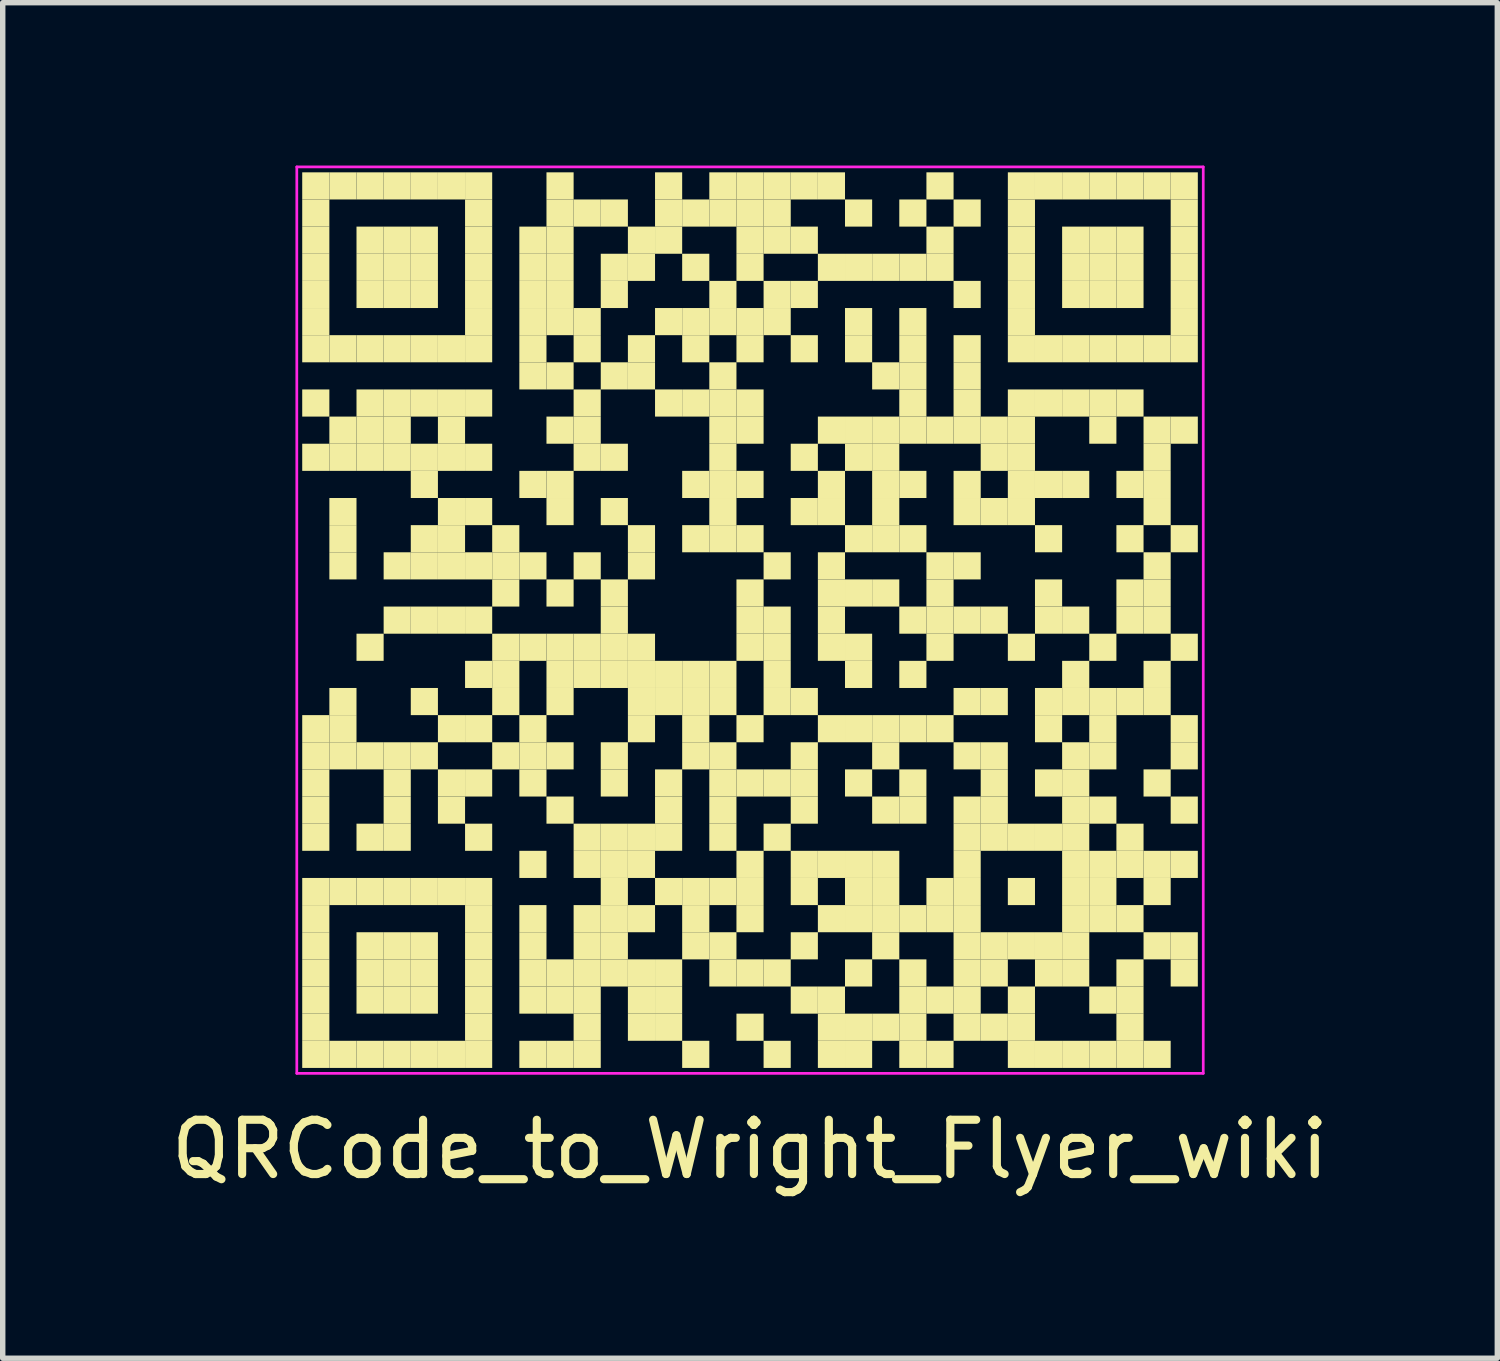
<source format=kicad_pcb>
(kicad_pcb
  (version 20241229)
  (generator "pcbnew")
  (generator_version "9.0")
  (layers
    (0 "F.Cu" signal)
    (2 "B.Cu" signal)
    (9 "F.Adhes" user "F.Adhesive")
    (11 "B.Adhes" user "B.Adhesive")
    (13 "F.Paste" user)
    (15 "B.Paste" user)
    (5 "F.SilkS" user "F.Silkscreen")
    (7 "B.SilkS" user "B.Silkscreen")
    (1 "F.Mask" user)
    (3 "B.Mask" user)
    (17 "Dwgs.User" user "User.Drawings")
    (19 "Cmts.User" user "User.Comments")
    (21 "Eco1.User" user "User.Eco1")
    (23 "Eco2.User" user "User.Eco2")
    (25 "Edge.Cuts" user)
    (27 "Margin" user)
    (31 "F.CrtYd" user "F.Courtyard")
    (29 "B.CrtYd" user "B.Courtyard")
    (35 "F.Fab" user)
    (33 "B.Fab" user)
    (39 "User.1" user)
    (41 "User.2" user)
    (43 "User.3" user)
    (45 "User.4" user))
  (footprint "QRCode_to_Wright_Flyer_wiki"
    (layer "F.Cu")
    (at 10.768 8.375)
    (property "Reference" "QRCode_to_Wright_Flyer_wiki" (at 0 9.75 0) (layer "F.SilkS") (effects (font (size 1 1) (thickness 0.15))))
    (fp_rect (start -8.25 -8.25) (end -7.75 -7.75) (stroke (width 0) (type solid)) (fill yes) (layer "F.SilkS"))
    (fp_rect (start -8.25 -7.75) (end -7.75 -7.25) (stroke (width 0) (type solid)) (fill yes) (layer "F.SilkS"))
    (fp_rect (start -8.25 -7.25) (end -7.75 -6.75) (stroke (width 0) (type solid)) (fill yes) (layer "F.SilkS"))
    (fp_rect (start -8.25 -6.75) (end -7.75 -6.25) (stroke (width 0) (type solid)) (fill yes) (layer "F.SilkS"))
    (fp_rect (start -8.25 -6.25) (end -7.75 -5.75) (stroke (width 0) (type solid)) (fill yes) (layer "F.SilkS"))
    (fp_rect (start -8.25 -5.75) (end -7.75 -5.25) (stroke (width 0) (type solid)) (fill yes) (layer "F.SilkS"))
    (fp_rect (start -8.25 -5.25) (end -7.75 -4.75) (stroke (width 0) (type solid)) (fill yes) (layer "F.SilkS"))
    (fp_rect (start -8.25 -4.25) (end -7.75 -3.75) (stroke (width 0) (type solid)) (fill yes) (layer "F.SilkS"))
    (fp_rect (start -8.25 -3.25) (end -7.75 -2.75) (stroke (width 0) (type solid)) (fill yes) (layer "F.SilkS"))
    (fp_rect (start -8.25 1.75) (end -7.75 2.25) (stroke (width 0) (type solid)) (fill yes) (layer "F.SilkS"))
    (fp_rect (start -8.25 2.25) (end -7.75 2.75) (stroke (width 0) (type solid)) (fill yes) (layer "F.SilkS"))
    (fp_rect (start -8.25 2.75) (end -7.75 3.25) (stroke (width 0) (type solid)) (fill yes) (layer "F.SilkS"))
    (fp_rect (start -8.25 3.25) (end -7.75 3.75) (stroke (width 0) (type solid)) (fill yes) (layer "F.SilkS"))
    (fp_rect (start -8.25 3.75) (end -7.75 4.25) (stroke (width 0) (type solid)) (fill yes) (layer "F.SilkS"))
    (fp_rect (start -8.25 4.75) (end -7.75 5.25) (stroke (width 0) (type solid)) (fill yes) (layer "F.SilkS"))
    (fp_rect (start -8.25 5.25) (end -7.75 5.75) (stroke (width 0) (type solid)) (fill yes) (layer "F.SilkS"))
    (fp_rect (start -8.25 5.75) (end -7.75 6.25) (stroke (width 0) (type solid)) (fill yes) (layer "F.SilkS"))
    (fp_rect (start -8.25 6.25) (end -7.75 6.75) (stroke (width 0) (type solid)) (fill yes) (layer "F.SilkS"))
    (fp_rect (start -8.25 6.75) (end -7.75 7.25) (stroke (width 0) (type solid)) (fill yes) (layer "F.SilkS"))
    (fp_rect (start -8.25 7.25) (end -7.75 7.75) (stroke (width 0) (type solid)) (fill yes) (layer "F.SilkS"))
    (fp_rect (start -8.25 7.75) (end -7.75 8.25) (stroke (width 0) (type solid)) (fill yes) (layer "F.SilkS"))
    (fp_rect (start -7.75 -8.25) (end -7.25 -7.75) (stroke (width 0) (type solid)) (fill yes) (layer "F.SilkS"))
    (fp_rect (start -7.75 -5.25) (end -7.25 -4.75) (stroke (width 0) (type solid)) (fill yes) (layer "F.SilkS"))
    (fp_rect (start -7.75 -3.75) (end -7.25 -3.25) (stroke (width 0) (type solid)) (fill yes) (layer "F.SilkS"))
    (fp_rect (start -7.75 -3.25) (end -7.25 -2.75) (stroke (width 0) (type solid)) (fill yes) (layer "F.SilkS"))
    (fp_rect (start -7.75 -2.25) (end -7.25 -1.75) (stroke (width 0) (type solid)) (fill yes) (layer "F.SilkS"))
    (fp_rect (start -7.75 -1.75) (end -7.25 -1.25) (stroke (width 0) (type solid)) (fill yes) (layer "F.SilkS"))
    (fp_rect (start -7.75 -1.25) (end -7.25 -0.75) (stroke (width 0) (type solid)) (fill yes) (layer "F.SilkS"))
    (fp_rect (start -7.75 1.25) (end -7.25 1.75) (stroke (width 0) (type solid)) (fill yes) (layer "F.SilkS"))
    (fp_rect (start -7.75 1.75) (end -7.25 2.25) (stroke (width 0) (type solid)) (fill yes) (layer "F.SilkS"))
    (fp_rect (start -7.75 2.25) (end -7.25 2.75) (stroke (width 0) (type solid)) (fill yes) (layer "F.SilkS"))
    (fp_rect (start -7.75 4.75) (end -7.25 5.25) (stroke (width 0) (type solid)) (fill yes) (layer "F.SilkS"))
    (fp_rect (start -7.75 7.75) (end -7.25 8.25) (stroke (width 0) (type solid)) (fill yes) (layer "F.SilkS"))
    (fp_rect (start -7.25 -8.25) (end -6.75 -7.75) (stroke (width 0) (type solid)) (fill yes) (layer "F.SilkS"))
    (fp_rect (start -7.25 -7.25) (end -6.75 -6.75) (stroke (width 0) (type solid)) (fill yes) (layer "F.SilkS"))
    (fp_rect (start -7.25 -6.75) (end -6.75 -6.25) (stroke (width 0) (type solid)) (fill yes) (layer "F.SilkS"))
    (fp_rect (start -7.25 -6.25) (end -6.75 -5.75) (stroke (width 0) (type solid)) (fill yes) (layer "F.SilkS"))
    (fp_rect (start -7.25 -5.25) (end -6.75 -4.75) (stroke (width 0) (type solid)) (fill yes) (layer "F.SilkS"))
    (fp_rect (start -7.25 -4.25) (end -6.75 -3.75) (stroke (width 0) (type solid)) (fill yes) (layer "F.SilkS"))
    (fp_rect (start -7.25 -3.75) (end -6.75 -3.25) (stroke (width 0) (type solid)) (fill yes) (layer "F.SilkS"))
    (fp_rect (start -7.25 -3.25) (end -6.75 -2.75) (stroke (width 0) (type solid)) (fill yes) (layer "F.SilkS"))
    (fp_rect (start -7.25 0.25) (end -6.75 0.75) (stroke (width 0) (type solid)) (fill yes) (layer "F.SilkS"))
    (fp_rect (start -7.25 2.25) (end -6.75 2.75) (stroke (width 0) (type solid)) (fill yes) (layer "F.SilkS"))
    (fp_rect (start -7.25 3.75) (end -6.75 4.25) (stroke (width 0) (type solid)) (fill yes) (layer "F.SilkS"))
    (fp_rect (start -7.25 4.75) (end -6.75 5.25) (stroke (width 0) (type solid)) (fill yes) (layer "F.SilkS"))
    (fp_rect (start -7.25 5.75) (end -6.75 6.25) (stroke (width 0) (type solid)) (fill yes) (layer "F.SilkS"))
    (fp_rect (start -7.25 6.25) (end -6.75 6.75) (stroke (width 0) (type solid)) (fill yes) (layer "F.SilkS"))
    (fp_rect (start -7.25 6.75) (end -6.75 7.25) (stroke (width 0) (type solid)) (fill yes) (layer "F.SilkS"))
    (fp_rect (start -7.25 7.75) (end -6.75 8.25) (stroke (width 0) (type solid)) (fill yes) (layer "F.SilkS"))
    (fp_rect (start -6.75 -8.25) (end -6.25 -7.75) (stroke (width 0) (type solid)) (fill yes) (layer "F.SilkS"))
    (fp_rect (start -6.75 -7.25) (end -6.25 -6.75) (stroke (width 0) (type solid)) (fill yes) (layer "F.SilkS"))
    (fp_rect (start -6.75 -6.75) (end -6.25 -6.25) (stroke (width 0) (type solid)) (fill yes) (layer "F.SilkS"))
    (fp_rect (start -6.75 -6.25) (end -6.25 -5.75) (stroke (width 0) (type solid)) (fill yes) (layer "F.SilkS"))
    (fp_rect (start -6.75 -5.25) (end -6.25 -4.75) (stroke (width 0) (type solid)) (fill yes) (layer "F.SilkS"))
    (fp_rect (start -6.75 -4.25) (end -6.25 -3.75) (stroke (width 0) (type solid)) (fill yes) (layer "F.SilkS"))
    (fp_rect (start -6.75 -3.75) (end -6.25 -3.25) (stroke (width 0) (type solid)) (fill yes) (layer "F.SilkS"))
    (fp_rect (start -6.75 -3.25) (end -6.25 -2.75) (stroke (width 0) (type solid)) (fill yes) (layer "F.SilkS"))
    (fp_rect (start -6.75 -1.25) (end -6.25 -0.75) (stroke (width 0) (type solid)) (fill yes) (layer "F.SilkS"))
    (fp_rect (start -6.75 -0.25) (end -6.25 0.25) (stroke (width 0) (type solid)) (fill yes) (layer "F.SilkS"))
    (fp_rect (start -6.75 2.25) (end -6.25 2.75) (stroke (width 0) (type solid)) (fill yes) (layer "F.SilkS"))
    (fp_rect (start -6.75 2.75) (end -6.25 3.25) (stroke (width 0) (type solid)) (fill yes) (layer "F.SilkS"))
    (fp_rect (start -6.75 3.25) (end -6.25 3.75) (stroke (width 0) (type solid)) (fill yes) (layer "F.SilkS"))
    (fp_rect (start -6.75 3.75) (end -6.25 4.25) (stroke (width 0) (type solid)) (fill yes) (layer "F.SilkS"))
    (fp_rect (start -6.75 4.75) (end -6.25 5.25) (stroke (width 0) (type solid)) (fill yes) (layer "F.SilkS"))
    (fp_rect (start -6.75 5.75) (end -6.25 6.25) (stroke (width 0) (type solid)) (fill yes) (layer "F.SilkS"))
    (fp_rect (start -6.75 6.25) (end -6.25 6.75) (stroke (width 0) (type solid)) (fill yes) (layer "F.SilkS"))
    (fp_rect (start -6.75 6.75) (end -6.25 7.25) (stroke (width 0) (type solid)) (fill yes) (layer "F.SilkS"))
    (fp_rect (start -6.75 7.75) (end -6.25 8.25) (stroke (width 0) (type solid)) (fill yes) (layer "F.SilkS"))
    (fp_rect (start -6.25 -8.25) (end -5.75 -7.75) (stroke (width 0) (type solid)) (fill yes) (layer "F.SilkS"))
    (fp_rect (start -6.25 -7.25) (end -5.75 -6.75) (stroke (width 0) (type solid)) (fill yes) (layer "F.SilkS"))
    (fp_rect (start -6.25 -6.75) (end -5.75 -6.25) (stroke (width 0) (type solid)) (fill yes) (layer "F.SilkS"))
    (fp_rect (start -6.25 -6.25) (end -5.75 -5.75) (stroke (width 0) (type solid)) (fill yes) (layer "F.SilkS"))
    (fp_rect (start -6.25 -5.25) (end -5.75 -4.75) (stroke (width 0) (type solid)) (fill yes) (layer "F.SilkS"))
    (fp_rect (start -6.25 -4.25) (end -5.75 -3.75) (stroke (width 0) (type solid)) (fill yes) (layer "F.SilkS"))
    (fp_rect (start -6.25 -3.25) (end -5.75 -2.75) (stroke (width 0) (type solid)) (fill yes) (layer "F.SilkS"))
    (fp_rect (start -6.25 -2.75) (end -5.75 -2.25) (stroke (width 0) (type solid)) (fill yes) (layer "F.SilkS"))
    (fp_rect (start -6.25 -1.75) (end -5.75 -1.25) (stroke (width 0) (type solid)) (fill yes) (layer "F.SilkS"))
    (fp_rect (start -6.25 -1.25) (end -5.75 -0.75) (stroke (width 0) (type solid)) (fill yes) (layer "F.SilkS"))
    (fp_rect (start -6.25 -0.25) (end -5.75 0.25) (stroke (width 0) (type solid)) (fill yes) (layer "F.SilkS"))
    (fp_rect (start -6.25 1.25) (end -5.75 1.75) (stroke (width 0) (type solid)) (fill yes) (layer "F.SilkS"))
    (fp_rect (start -6.25 2.25) (end -5.75 2.75) (stroke (width 0) (type solid)) (fill yes) (layer "F.SilkS"))
    (fp_rect (start -6.25 4.75) (end -5.75 5.25) (stroke (width 0) (type solid)) (fill yes) (layer "F.SilkS"))
    (fp_rect (start -6.25 5.75) (end -5.75 6.25) (stroke (width 0) (type solid)) (fill yes) (layer "F.SilkS"))
    (fp_rect (start -6.25 6.25) (end -5.75 6.75) (stroke (width 0) (type solid)) (fill yes) (layer "F.SilkS"))
    (fp_rect (start -6.25 6.75) (end -5.75 7.25) (stroke (width 0) (type solid)) (fill yes) (layer "F.SilkS"))
    (fp_rect (start -6.25 7.75) (end -5.75 8.25) (stroke (width 0) (type solid)) (fill yes) (layer "F.SilkS"))
    (fp_rect (start -5.75 -8.25) (end -5.25 -7.75) (stroke (width 0) (type solid)) (fill yes) (layer "F.SilkS"))
    (fp_rect (start -5.75 -5.25) (end -5.25 -4.75) (stroke (width 0) (type solid)) (fill yes) (layer "F.SilkS"))
    (fp_rect (start -5.75 -4.25) (end -5.25 -3.75) (stroke (width 0) (type solid)) (fill yes) (layer "F.SilkS"))
    (fp_rect (start -5.75 -3.75) (end -5.25 -3.25) (stroke (width 0) (type solid)) (fill yes) (layer "F.SilkS"))
    (fp_rect (start -5.75 -3.25) (end -5.25 -2.75) (stroke (width 0) (type solid)) (fill yes) (layer "F.SilkS"))
    (fp_rect (start -5.75 -2.25) (end -5.25 -1.75) (stroke (width 0) (type solid)) (fill yes) (layer "F.SilkS"))
    (fp_rect (start -5.75 -1.75) (end -5.25 -1.25) (stroke (width 0) (type solid)) (fill yes) (layer "F.SilkS"))
    (fp_rect (start -5.75 -1.25) (end -5.25 -0.75) (stroke (width 0) (type solid)) (fill yes) (layer "F.SilkS"))
    (fp_rect (start -5.75 -0.25) (end -5.25 0.25) (stroke (width 0) (type solid)) (fill yes) (layer "F.SilkS"))
    (fp_rect (start -5.75 1.75) (end -5.25 2.25) (stroke (width 0) (type solid)) (fill yes) (layer "F.SilkS"))
    (fp_rect (start -5.75 2.75) (end -5.25 3.25) (stroke (width 0) (type solid)) (fill yes) (layer "F.SilkS"))
    (fp_rect (start -5.75 3.25) (end -5.25 3.75) (stroke (width 0) (type solid)) (fill yes) (layer "F.SilkS"))
    (fp_rect (start -5.75 4.75) (end -5.25 5.25) (stroke (width 0) (type solid)) (fill yes) (layer "F.SilkS"))
    (fp_rect (start -5.75 7.75) (end -5.25 8.25) (stroke (width 0) (type solid)) (fill yes) (layer "F.SilkS"))
    (fp_rect (start -5.25 -8.25) (end -4.75 -7.75) (stroke (width 0) (type solid)) (fill yes) (layer "F.SilkS"))
    (fp_rect (start -5.25 -7.75) (end -4.75 -7.25) (stroke (width 0) (type solid)) (fill yes) (layer "F.SilkS"))
    (fp_rect (start -5.25 -7.25) (end -4.75 -6.75) (stroke (width 0) (type solid)) (fill yes) (layer "F.SilkS"))
    (fp_rect (start -5.25 -6.75) (end -4.75 -6.25) (stroke (width 0) (type solid)) (fill yes) (layer "F.SilkS"))
    (fp_rect (start -5.25 -6.25) (end -4.75 -5.75) (stroke (width 0) (type solid)) (fill yes) (layer "F.SilkS"))
    (fp_rect (start -5.25 -5.75) (end -4.75 -5.25) (stroke (width 0) (type solid)) (fill yes) (layer "F.SilkS"))
    (fp_rect (start -5.25 -5.25) (end -4.75 -4.75) (stroke (width 0) (type solid)) (fill yes) (layer "F.SilkS"))
    (fp_rect (start -5.25 -4.25) (end -4.75 -3.75) (stroke (width 0) (type solid)) (fill yes) (layer "F.SilkS"))
    (fp_rect (start -5.25 -3.25) (end -4.75 -2.75) (stroke (width 0) (type solid)) (fill yes) (layer "F.SilkS"))
    (fp_rect (start -5.25 -2.25) (end -4.75 -1.75) (stroke (width 0) (type solid)) (fill yes) (layer "F.SilkS"))
    (fp_rect (start -5.25 -1.25) (end -4.75 -0.75) (stroke (width 0) (type solid)) (fill yes) (layer "F.SilkS"))
    (fp_rect (start -5.25 -0.25) (end -4.75 0.25) (stroke (width 0) (type solid)) (fill yes) (layer "F.SilkS"))
    (fp_rect (start -5.25 0.75) (end -4.75 1.25) (stroke (width 0) (type solid)) (fill yes) (layer "F.SilkS"))
    (fp_rect (start -5.25 1.75) (end -4.75 2.25) (stroke (width 0) (type solid)) (fill yes) (layer "F.SilkS"))
    (fp_rect (start -5.25 2.75) (end -4.75 3.25) (stroke (width 0) (type solid)) (fill yes) (layer "F.SilkS"))
    (fp_rect (start -5.25 3.75) (end -4.75 4.25) (stroke (width 0) (type solid)) (fill yes) (layer "F.SilkS"))
    (fp_rect (start -5.25 4.75) (end -4.75 5.25) (stroke (width 0) (type solid)) (fill yes) (layer "F.SilkS"))
    (fp_rect (start -5.25 5.25) (end -4.75 5.75) (stroke (width 0) (type solid)) (fill yes) (layer "F.SilkS"))
    (fp_rect (start -5.25 5.75) (end -4.75 6.25) (stroke (width 0) (type solid)) (fill yes) (layer "F.SilkS"))
    (fp_rect (start -5.25 6.25) (end -4.75 6.75) (stroke (width 0) (type solid)) (fill yes) (layer "F.SilkS"))
    (fp_rect (start -5.25 6.75) (end -4.75 7.25) (stroke (width 0) (type solid)) (fill yes) (layer "F.SilkS"))
    (fp_rect (start -5.25 7.25) (end -4.75 7.75) (stroke (width 0) (type solid)) (fill yes) (layer "F.SilkS"))
    (fp_rect (start -5.25 7.75) (end -4.75 8.25) (stroke (width 0) (type solid)) (fill yes) (layer "F.SilkS"))
    (fp_rect (start -4.75 -1.75) (end -4.25 -1.25) (stroke (width 0) (type solid)) (fill yes) (layer "F.SilkS"))
    (fp_rect (start -4.75 -1.25) (end -4.25 -0.75) (stroke (width 0) (type solid)) (fill yes) (layer "F.SilkS"))
    (fp_rect (start -4.75 -0.75) (end -4.25 -0.25) (stroke (width 0) (type solid)) (fill yes) (layer "F.SilkS"))
    (fp_rect (start -4.75 0.25) (end -4.25 0.75) (stroke (width 0) (type solid)) (fill yes) (layer "F.SilkS"))
    (fp_rect (start -4.75 0.75) (end -4.25 1.25) (stroke (width 0) (type solid)) (fill yes) (layer "F.SilkS"))
    (fp_rect (start -4.75 1.25) (end -4.25 1.75) (stroke (width 0) (type solid)) (fill yes) (layer "F.SilkS"))
    (fp_rect (start -4.75 2.25) (end -4.25 2.75) (stroke (width 0) (type solid)) (fill yes) (layer "F.SilkS"))
    (fp_rect (start -4.25 -7.25) (end -3.75 -6.75) (stroke (width 0) (type solid)) (fill yes) (layer "F.SilkS"))
    (fp_rect (start -4.25 -6.75) (end -3.75 -6.25) (stroke (width 0) (type solid)) (fill yes) (layer "F.SilkS"))
    (fp_rect (start -4.25 -6.25) (end -3.75 -5.75) (stroke (width 0) (type solid)) (fill yes) (layer "F.SilkS"))
    (fp_rect (start -4.25 -5.75) (end -3.75 -5.25) (stroke (width 0) (type solid)) (fill yes) (layer "F.SilkS"))
    (fp_rect (start -4.25 -5.25) (end -3.75 -4.75) (stroke (width 0) (type solid)) (fill yes) (layer "F.SilkS"))
    (fp_rect (start -4.25 -4.75) (end -3.75 -4.25) (stroke (width 0) (type solid)) (fill yes) (layer "F.SilkS"))
    (fp_rect (start -4.25 -2.75) (end -3.75 -2.25) (stroke (width 0) (type solid)) (fill yes) (layer "F.SilkS"))
    (fp_rect (start -4.25 -1.25) (end -3.75 -0.75) (stroke (width 0) (type solid)) (fill yes) (layer "F.SilkS"))
    (fp_rect (start -4.25 0.25) (end -3.75 0.75) (stroke (width 0) (type solid)) (fill yes) (layer "F.SilkS"))
    (fp_rect (start -4.25 1.75) (end -3.75 2.25) (stroke (width 0) (type solid)) (fill yes) (layer "F.SilkS"))
    (fp_rect (start -4.25 2.25) (end -3.75 2.75) (stroke (width 0) (type solid)) (fill yes) (layer "F.SilkS"))
    (fp_rect (start -4.25 2.75) (end -3.75 3.25) (stroke (width 0) (type solid)) (fill yes) (layer "F.SilkS"))
    (fp_rect (start -4.25 4.25) (end -3.75 4.75) (stroke (width 0) (type solid)) (fill yes) (layer "F.SilkS"))
    (fp_rect (start -4.25 5.25) (end -3.75 5.75) (stroke (width 0) (type solid)) (fill yes) (layer "F.SilkS"))
    (fp_rect (start -4.25 5.75) (end -3.75 6.25) (stroke (width 0) (type solid)) (fill yes) (layer "F.SilkS"))
    (fp_rect (start -4.25 6.25) (end -3.75 6.75) (stroke (width 0) (type solid)) (fill yes) (layer "F.SilkS"))
    (fp_rect (start -4.25 6.75) (end -3.75 7.25) (stroke (width 0) (type solid)) (fill yes) (layer "F.SilkS"))
    (fp_rect (start -4.25 7.75) (end -3.75 8.25) (stroke (width 0) (type solid)) (fill yes) (layer "F.SilkS"))
    (fp_rect (start -3.75 -8.25) (end -3.25 -7.75) (stroke (width 0) (type solid)) (fill yes) (layer "F.SilkS"))
    (fp_rect (start -3.75 -7.75) (end -3.25 -7.25) (stroke (width 0) (type solid)) (fill yes) (layer "F.SilkS"))
    (fp_rect (start -3.75 -7.25) (end -3.25 -6.75) (stroke (width 0) (type solid)) (fill yes) (layer "F.SilkS"))
    (fp_rect (start -3.75 -6.75) (end -3.25 -6.25) (stroke (width 0) (type solid)) (fill yes) (layer "F.SilkS"))
    (fp_rect (start -3.75 -6.25) (end -3.25 -5.75) (stroke (width 0) (type solid)) (fill yes) (layer "F.SilkS"))
    (fp_rect (start -3.75 -5.75) (end -3.25 -5.25) (stroke (width 0) (type solid)) (fill yes) (layer "F.SilkS"))
    (fp_rect (start -3.75 -4.75) (end -3.25 -4.25) (stroke (width 0) (type solid)) (fill yes) (layer "F.SilkS"))
    (fp_rect (start -3.75 -3.75) (end -3.25 -3.25) (stroke (width 0) (type solid)) (fill yes) (layer "F.SilkS"))
    (fp_rect (start -3.75 -2.75) (end -3.25 -2.25) (stroke (width 0) (type solid)) (fill yes) (layer "F.SilkS"))
    (fp_rect (start -3.75 -2.25) (end -3.25 -1.75) (stroke (width 0) (type solid)) (fill yes) (layer "F.SilkS"))
    (fp_rect (start -3.75 -0.75) (end -3.25 -0.25) (stroke (width 0) (type solid)) (fill yes) (layer "F.SilkS"))
    (fp_rect (start -3.75 0.25) (end -3.25 0.75) (stroke (width 0) (type solid)) (fill yes) (layer "F.SilkS"))
    (fp_rect (start -3.75 0.75) (end -3.25 1.25) (stroke (width 0) (type solid)) (fill yes) (layer "F.SilkS"))
    (fp_rect (start -3.75 1.25) (end -3.25 1.75) (stroke (width 0) (type solid)) (fill yes) (layer "F.SilkS"))
    (fp_rect (start -3.75 2.25) (end -3.25 2.75) (stroke (width 0) (type solid)) (fill yes) (layer "F.SilkS"))
    (fp_rect (start -3.75 3.25) (end -3.25 3.75) (stroke (width 0) (type solid)) (fill yes) (layer "F.SilkS"))
    (fp_rect (start -3.75 6.25) (end -3.25 6.75) (stroke (width 0) (type solid)) (fill yes) (layer "F.SilkS"))
    (fp_rect (start -3.75 6.75) (end -3.25 7.25) (stroke (width 0) (type solid)) (fill yes) (layer "F.SilkS"))
    (fp_rect (start -3.75 7.75) (end -3.25 8.25) (stroke (width 0) (type solid)) (fill yes) (layer "F.SilkS"))
    (fp_rect (start -3.25 -7.75) (end -2.75 -7.25) (stroke (width 0) (type solid)) (fill yes) (layer "F.SilkS"))
    (fp_rect (start -3.25 -5.75) (end -2.75 -5.25) (stroke (width 0) (type solid)) (fill yes) (layer "F.SilkS"))
    (fp_rect (start -3.25 -5.25) (end -2.75 -4.75) (stroke (width 0) (type solid)) (fill yes) (layer "F.SilkS"))
    (fp_rect (start -3.25 -4.25) (end -2.75 -3.75) (stroke (width 0) (type solid)) (fill yes) (layer "F.SilkS"))
    (fp_rect (start -3.25 -3.75) (end -2.75 -3.25) (stroke (width 0) (type solid)) (fill yes) (layer "F.SilkS"))
    (fp_rect (start -3.25 -3.25) (end -2.75 -2.75) (stroke (width 0) (type solid)) (fill yes) (layer "F.SilkS"))
    (fp_rect (start -3.25 -1.25) (end -2.75 -0.75) (stroke (width 0) (type solid)) (fill yes) (layer "F.SilkS"))
    (fp_rect (start -3.25 0.25) (end -2.75 0.75) (stroke (width 0) (type solid)) (fill yes) (layer "F.SilkS"))
    (fp_rect (start -3.25 0.75) (end -2.75 1.25) (stroke (width 0) (type solid)) (fill yes) (layer "F.SilkS"))
    (fp_rect (start -3.25 3.75) (end -2.75 4.25) (stroke (width 0) (type solid)) (fill yes) (layer "F.SilkS"))
    (fp_rect (start -3.25 4.25) (end -2.75 4.75) (stroke (width 0) (type solid)) (fill yes) (layer "F.SilkS"))
    (fp_rect (start -3.25 5.25) (end -2.75 5.75) (stroke (width 0) (type solid)) (fill yes) (layer "F.SilkS"))
    (fp_rect (start -3.25 5.75) (end -2.75 6.25) (stroke (width 0) (type solid)) (fill yes) (layer "F.SilkS"))
    (fp_rect (start -3.25 6.25) (end -2.75 6.75) (stroke (width 0) (type solid)) (fill yes) (layer "F.SilkS"))
    (fp_rect (start -3.25 6.75) (end -2.75 7.25) (stroke (width 0) (type solid)) (fill yes) (layer "F.SilkS"))
    (fp_rect (start -3.25 7.25) (end -2.75 7.75) (stroke (width 0) (type solid)) (fill yes) (layer "F.SilkS"))
    (fp_rect (start -3.25 7.75) (end -2.75 8.25) (stroke (width 0) (type solid)) (fill yes) (layer "F.SilkS"))
    (fp_rect (start -2.75 -7.75) (end -2.25 -7.25) (stroke (width 0) (type solid)) (fill yes) (layer "F.SilkS"))
    (fp_rect (start -2.75 -6.75) (end -2.25 -6.25) (stroke (width 0) (type solid)) (fill yes) (layer "F.SilkS"))
    (fp_rect (start -2.75 -6.25) (end -2.25 -5.75) (stroke (width 0) (type solid)) (fill yes) (layer "F.SilkS"))
    (fp_rect (start -2.75 -4.75) (end -2.25 -4.25) (stroke (width 0) (type solid)) (fill yes) (layer "F.SilkS"))
    (fp_rect (start -2.75 -3.25) (end -2.25 -2.75) (stroke (width 0) (type solid)) (fill yes) (layer "F.SilkS"))
    (fp_rect (start -2.75 -2.25) (end -2.25 -1.75) (stroke (width 0) (type solid)) (fill yes) (layer "F.SilkS"))
    (fp_rect (start -2.75 -0.75) (end -2.25 -0.25) (stroke (width 0) (type solid)) (fill yes) (layer "F.SilkS"))
    (fp_rect (start -2.75 -0.25) (end -2.25 0.25) (stroke (width 0) (type solid)) (fill yes) (layer "F.SilkS"))
    (fp_rect (start -2.75 0.25) (end -2.25 0.75) (stroke (width 0) (type solid)) (fill yes) (layer "F.SilkS"))
    (fp_rect (start -2.75 0.75) (end -2.25 1.25) (stroke (width 0) (type solid)) (fill yes) (layer "F.SilkS"))
    (fp_rect (start -2.75 2.25) (end -2.25 2.75) (stroke (width 0) (type solid)) (fill yes) (layer "F.SilkS"))
    (fp_rect (start -2.75 2.75) (end -2.25 3.25) (stroke (width 0) (type solid)) (fill yes) (layer "F.SilkS"))
    (fp_rect (start -2.75 3.75) (end -2.25 4.25) (stroke (width 0) (type solid)) (fill yes) (layer "F.SilkS"))
    (fp_rect (start -2.75 4.25) (end -2.25 4.75) (stroke (width 0) (type solid)) (fill yes) (layer "F.SilkS"))
    (fp_rect (start -2.75 4.75) (end -2.25 5.25) (stroke (width 0) (type solid)) (fill yes) (layer "F.SilkS"))
    (fp_rect (start -2.75 5.25) (end -2.25 5.75) (stroke (width 0) (type solid)) (fill yes) (layer "F.SilkS"))
    (fp_rect (start -2.75 5.75) (end -2.25 6.25) (stroke (width 0) (type solid)) (fill yes) (layer "F.SilkS"))
    (fp_rect (start -2.75 6.25) (end -2.25 6.75) (stroke (width 0) (type solid)) (fill yes) (layer "F.SilkS"))
    (fp_rect (start -2.25 -7.25) (end -1.75 -6.75) (stroke (width 0) (type solid)) (fill yes) (layer "F.SilkS"))
    (fp_rect (start -2.25 -6.75) (end -1.75 -6.25) (stroke (width 0) (type solid)) (fill yes) (layer "F.SilkS"))
    (fp_rect (start -2.25 -5.25) (end -1.75 -4.75) (stroke (width 0) (type solid)) (fill yes) (layer "F.SilkS"))
    (fp_rect (start -2.25 -4.75) (end -1.75 -4.25) (stroke (width 0) (type solid)) (fill yes) (layer "F.SilkS"))
    (fp_rect (start -2.25 -1.75) (end -1.75 -1.25) (stroke (width 0) (type solid)) (fill yes) (layer "F.SilkS"))
    (fp_rect (start -2.25 -1.25) (end -1.75 -0.75) (stroke (width 0) (type solid)) (fill yes) (layer "F.SilkS"))
    (fp_rect (start -2.25 0.25) (end -1.75 0.75) (stroke (width 0) (type solid)) (fill yes) (layer "F.SilkS"))
    (fp_rect (start -2.25 0.75) (end -1.75 1.25) (stroke (width 0) (type solid)) (fill yes) (layer "F.SilkS"))
    (fp_rect (start -2.25 1.25) (end -1.75 1.75) (stroke (width 0) (type solid)) (fill yes) (layer "F.SilkS"))
    (fp_rect (start -2.25 1.75) (end -1.75 2.25) (stroke (width 0) (type solid)) (fill yes) (layer "F.SilkS"))
    (fp_rect (start -2.25 3.75) (end -1.75 4.25) (stroke (width 0) (type solid)) (fill yes) (layer "F.SilkS"))
    (fp_rect (start -2.25 4.25) (end -1.75 4.75) (stroke (width 0) (type solid)) (fill yes) (layer "F.SilkS"))
    (fp_rect (start -2.25 5.25) (end -1.75 5.75) (stroke (width 0) (type solid)) (fill yes) (layer "F.SilkS"))
    (fp_rect (start -2.25 6.25) (end -1.75 6.75) (stroke (width 0) (type solid)) (fill yes) (layer "F.SilkS"))
    (fp_rect (start -2.25 6.75) (end -1.75 7.25) (stroke (width 0) (type solid)) (fill yes) (layer "F.SilkS"))
    (fp_rect (start -2.25 7.25) (end -1.75 7.75) (stroke (width 0) (type solid)) (fill yes) (layer "F.SilkS"))
    (fp_rect (start -1.75 -8.25) (end -1.25 -7.75) (stroke (width 0) (type solid)) (fill yes) (layer "F.SilkS"))
    (fp_rect (start -1.75 -7.75) (end -1.25 -7.25) (stroke (width 0) (type solid)) (fill yes) (layer "F.SilkS"))
    (fp_rect (start -1.75 -7.25) (end -1.25 -6.75) (stroke (width 0) (type solid)) (fill yes) (layer "F.SilkS"))
    (fp_rect (start -1.75 -5.75) (end -1.25 -5.25) (stroke (width 0) (type solid)) (fill yes) (layer "F.SilkS"))
    (fp_rect (start -1.75 -4.25) (end -1.25 -3.75) (stroke (width 0) (type solid)) (fill yes) (layer "F.SilkS"))
    (fp_rect (start -1.75 0.75) (end -1.25 1.25) (stroke (width 0) (type solid)) (fill yes) (layer "F.SilkS"))
    (fp_rect (start -1.75 1.25) (end -1.25 1.75) (stroke (width 0) (type solid)) (fill yes) (layer "F.SilkS"))
    (fp_rect (start -1.75 2.75) (end -1.25 3.25) (stroke (width 0) (type solid)) (fill yes) (layer "F.SilkS"))
    (fp_rect (start -1.75 3.25) (end -1.25 3.75) (stroke (width 0) (type solid)) (fill yes) (layer "F.SilkS"))
    (fp_rect (start -1.75 3.75) (end -1.25 4.25) (stroke (width 0) (type solid)) (fill yes) (layer "F.SilkS"))
    (fp_rect (start -1.75 4.75) (end -1.25 5.25) (stroke (width 0) (type solid)) (fill yes) (layer "F.SilkS"))
    (fp_rect (start -1.75 6.25) (end -1.25 6.75) (stroke (width 0) (type solid)) (fill yes) (layer "F.SilkS"))
    (fp_rect (start -1.75 6.75) (end -1.25 7.25) (stroke (width 0) (type solid)) (fill yes) (layer "F.SilkS"))
    (fp_rect (start -1.75 7.25) (end -1.25 7.75) (stroke (width 0) (type solid)) (fill yes) (layer "F.SilkS"))
    (fp_rect (start -1.25 -7.75) (end -0.75 -7.25) (stroke (width 0) (type solid)) (fill yes) (layer "F.SilkS"))
    (fp_rect (start -1.25 -6.75) (end -0.75 -6.25) (stroke (width 0) (type solid)) (fill yes) (layer "F.SilkS"))
    (fp_rect (start -1.25 -5.75) (end -0.75 -5.25) (stroke (width 0) (type solid)) (fill yes) (layer "F.SilkS"))
    (fp_rect (start -1.25 -5.25) (end -0.75 -4.75) (stroke (width 0) (type solid)) (fill yes) (layer "F.SilkS"))
    (fp_rect (start -1.25 -4.25) (end -0.75 -3.75) (stroke (width 0) (type solid)) (fill yes) (layer "F.SilkS"))
    (fp_rect (start -1.25 -2.75) (end -0.75 -2.25) (stroke (width 0) (type solid)) (fill yes) (layer "F.SilkS"))
    (fp_rect (start -1.25 -1.75) (end -0.75 -1.25) (stroke (width 0) (type solid)) (fill yes) (layer "F.SilkS"))
    (fp_rect (start -1.25 0.75) (end -0.75 1.25) (stroke (width 0) (type solid)) (fill yes) (layer "F.SilkS"))
    (fp_rect (start -1.25 1.25) (end -0.75 1.75) (stroke (width 0) (type solid)) (fill yes) (layer "F.SilkS"))
    (fp_rect (start -1.25 1.75) (end -0.75 2.25) (stroke (width 0) (type solid)) (fill yes) (layer "F.SilkS"))
    (fp_rect (start -1.25 2.25) (end -0.75 2.75) (stroke (width 0) (type solid)) (fill yes) (layer "F.SilkS"))
    (fp_rect (start -1.25 4.75) (end -0.75 5.25) (stroke (width 0) (type solid)) (fill yes) (layer "F.SilkS"))
    (fp_rect (start -1.25 5.25) (end -0.75 5.75) (stroke (width 0) (type solid)) (fill yes) (layer "F.SilkS"))
    (fp_rect (start -1.25 5.75) (end -0.75 6.25) (stroke (width 0) (type solid)) (fill yes) (layer "F.SilkS"))
    (fp_rect (start -1.25 7.75) (end -0.75 8.25) (stroke (width 0) (type solid)) (fill yes) (layer "F.SilkS"))
    (fp_rect (start -0.75 -8.25) (end -0.25 -7.75) (stroke (width 0) (type solid)) (fill yes) (layer "F.SilkS"))
    (fp_rect (start -0.75 -7.75) (end -0.25 -7.25) (stroke (width 0) (type solid)) (fill yes) (layer "F.SilkS"))
    (fp_rect (start -0.75 -6.25) (end -0.25 -5.75) (stroke (width 0) (type solid)) (fill yes) (layer "F.SilkS"))
    (fp_rect (start -0.75 -5.75) (end -0.25 -5.25) (stroke (width 0) (type solid)) (fill yes) (layer "F.SilkS"))
    (fp_rect (start -0.75 -4.75) (end -0.25 -4.25) (stroke (width 0) (type solid)) (fill yes) (layer "F.SilkS"))
    (fp_rect (start -0.75 -4.25) (end -0.25 -3.75) (stroke (width 0) (type solid)) (fill yes) (layer "F.SilkS"))
    (fp_rect (start -0.75 -3.75) (end -0.25 -3.25) (stroke (width 0) (type solid)) (fill yes) (layer "F.SilkS"))
    (fp_rect (start -0.75 -3.25) (end -0.25 -2.75) (stroke (width 0) (type solid)) (fill yes) (layer "F.SilkS"))
    (fp_rect (start -0.75 -2.75) (end -0.25 -2.25) (stroke (width 0) (type solid)) (fill yes) (layer "F.SilkS"))
    (fp_rect (start -0.75 -2.25) (end -0.25 -1.75) (stroke (width 0) (type solid)) (fill yes) (layer "F.SilkS"))
    (fp_rect (start -0.75 -1.75) (end -0.25 -1.25) (stroke (width 0) (type solid)) (fill yes) (layer "F.SilkS"))
    (fp_rect (start -0.75 0.75) (end -0.25 1.25) (stroke (width 0) (type solid)) (fill yes) (layer "F.SilkS"))
    (fp_rect (start -0.75 1.25) (end -0.25 1.75) (stroke (width 0) (type solid)) (fill yes) (layer "F.SilkS"))
    (fp_rect (start -0.75 2.25) (end -0.25 2.75) (stroke (width 0) (type solid)) (fill yes) (layer "F.SilkS"))
    (fp_rect (start -0.75 2.75) (end -0.25 3.25) (stroke (width 0) (type solid)) (fill yes) (layer "F.SilkS"))
    (fp_rect (start -0.75 3.25) (end -0.25 3.75) (stroke (width 0) (type solid)) (fill yes) (layer "F.SilkS"))
    (fp_rect (start -0.75 3.75) (end -0.25 4.25) (stroke (width 0) (type solid)) (fill yes) (layer "F.SilkS"))
    (fp_rect (start -0.75 4.75) (end -0.25 5.25) (stroke (width 0) (type solid)) (fill yes) (layer "F.SilkS"))
    (fp_rect (start -0.75 5.75) (end -0.25 6.25) (stroke (width 0) (type solid)) (fill yes) (layer "F.SilkS"))
    (fp_rect (start -0.75 6.25) (end -0.25 6.75) (stroke (width 0) (type solid)) (fill yes) (layer "F.SilkS"))
    (fp_rect (start -0.25 -8.25) (end 0.25 -7.75) (stroke (width 0) (type solid)) (fill yes) (layer "F.SilkS"))
    (fp_rect (start -0.25 -7.75) (end 0.25 -7.25) (stroke (width 0) (type solid)) (fill yes) (layer "F.SilkS"))
    (fp_rect (start -0.25 -7.25) (end 0.25 -6.75) (stroke (width 0) (type solid)) (fill yes) (layer "F.SilkS"))
    (fp_rect (start -0.25 -6.75) (end 0.25 -6.25) (stroke (width 0) (type solid)) (fill yes) (layer "F.SilkS"))
    (fp_rect (start -0.25 -5.75) (end 0.25 -5.25) (stroke (width 0) (type solid)) (fill yes) (layer "F.SilkS"))
    (fp_rect (start -0.25 -5.25) (end 0.25 -4.75) (stroke (width 0) (type solid)) (fill yes) (layer "F.SilkS"))
    (fp_rect (start -0.25 -4.25) (end 0.25 -3.75) (stroke (width 0) (type solid)) (fill yes) (layer "F.SilkS"))
    (fp_rect (start -0.25 -3.75) (end 0.25 -3.25) (stroke (width 0) (type solid)) (fill yes) (layer "F.SilkS"))
    (fp_rect (start -0.25 -2.75) (end 0.25 -2.25) (stroke (width 0) (type solid)) (fill yes) (layer "F.SilkS"))
    (fp_rect (start -0.25 -1.75) (end 0.25 -1.25) (stroke (width 0) (type solid)) (fill yes) (layer "F.SilkS"))
    (fp_rect (start -0.25 -0.75) (end 0.25 -0.25) (stroke (width 0) (type solid)) (fill yes) (layer "F.SilkS"))
    (fp_rect (start -0.25 -0.25) (end 0.25 0.25) (stroke (width 0) (type solid)) (fill yes) (layer "F.SilkS"))
    (fp_rect (start -0.25 0.25) (end 0.25 0.75) (stroke (width 0) (type solid)) (fill yes) (layer "F.SilkS"))
    (fp_rect (start -0.25 1.75) (end 0.25 2.25) (stroke (width 0) (type solid)) (fill yes) (layer "F.SilkS"))
    (fp_rect (start -0.25 2.75) (end 0.25 3.25) (stroke (width 0) (type solid)) (fill yes) (layer "F.SilkS"))
    (fp_rect (start -0.25 4.25) (end 0.25 4.75) (stroke (width 0) (type solid)) (fill yes) (layer "F.SilkS"))
    (fp_rect (start -0.25 4.75) (end 0.25 5.25) (stroke (width 0) (type solid)) (fill yes) (layer "F.SilkS"))
    (fp_rect (start -0.25 5.25) (end 0.25 5.75) (stroke (width 0) (type solid)) (fill yes) (layer "F.SilkS"))
    (fp_rect (start -0.25 6.25) (end 0.25 6.75) (stroke (width 0) (type solid)) (fill yes) (layer "F.SilkS"))
    (fp_rect (start -0.25 7.25) (end 0.25 7.75) (stroke (width 0) (type solid)) (fill yes) (layer "F.SilkS"))
    (fp_rect (start 0.25 -8.25) (end 0.75 -7.75) (stroke (width 0) (type solid)) (fill yes) (layer "F.SilkS"))
    (fp_rect (start 0.25 -7.75) (end 0.75 -7.25) (stroke (width 0) (type solid)) (fill yes) (layer "F.SilkS"))
    (fp_rect (start 0.25 -7.25) (end 0.75 -6.75) (stroke (width 0) (type solid)) (fill yes) (layer "F.SilkS"))
    (fp_rect (start 0.25 -6.25) (end 0.75 -5.75) (stroke (width 0) (type solid)) (fill yes) (layer "F.SilkS"))
    (fp_rect (start 0.25 -5.75) (end 0.75 -5.25) (stroke (width 0) (type solid)) (fill yes) (layer "F.SilkS"))
    (fp_rect (start 0.25 -1.25) (end 0.75 -0.75) (stroke (width 0) (type solid)) (fill yes) (layer "F.SilkS"))
    (fp_rect (start 0.25 -0.25) (end 0.75 0.25) (stroke (width 0) (type solid)) (fill yes) (layer "F.SilkS"))
    (fp_rect (start 0.25 0.25) (end 0.75 0.75) (stroke (width 0) (type solid)) (fill yes) (layer "F.SilkS"))
    (fp_rect (start 0.25 0.75) (end 0.75 1.25) (stroke (width 0) (type solid)) (fill yes) (layer "F.SilkS"))
    (fp_rect (start 0.25 1.25) (end 0.75 1.75) (stroke (width 0) (type solid)) (fill yes) (layer "F.SilkS"))
    (fp_rect (start 0.25 2.75) (end 0.75 3.25) (stroke (width 0) (type solid)) (fill yes) (layer "F.SilkS"))
    (fp_rect (start 0.25 3.75) (end 0.75 4.25) (stroke (width 0) (type solid)) (fill yes) (layer "F.SilkS"))
    (fp_rect (start 0.25 6.25) (end 0.75 6.75) (stroke (width 0) (type solid)) (fill yes) (layer "F.SilkS"))
    (fp_rect (start 0.25 7.75) (end 0.75 8.25) (stroke (width 0) (type solid)) (fill yes) (layer "F.SilkS"))
    (fp_rect (start 0.75 -8.25) (end 1.25 -7.75) (stroke (width 0) (type solid)) (fill yes) (layer "F.SilkS"))
    (fp_rect (start 0.75 -7.25) (end 1.25 -6.75) (stroke (width 0) (type solid)) (fill yes) (layer "F.SilkS"))
    (fp_rect (start 0.75 -6.25) (end 1.25 -5.75) (stroke (width 0) (type solid)) (fill yes) (layer "F.SilkS"))
    (fp_rect (start 0.75 -5.25) (end 1.25 -4.75) (stroke (width 0) (type solid)) (fill yes) (layer "F.SilkS"))
    (fp_rect (start 0.75 -3.25) (end 1.25 -2.75) (stroke (width 0) (type solid)) (fill yes) (layer "F.SilkS"))
    (fp_rect (start 0.75 -2.25) (end 1.25 -1.75) (stroke (width 0) (type solid)) (fill yes) (layer "F.SilkS"))
    (fp_rect (start 0.75 1.25) (end 1.25 1.75) (stroke (width 0) (type solid)) (fill yes) (layer "F.SilkS"))
    (fp_rect (start 0.75 2.25) (end 1.25 2.75) (stroke (width 0) (type solid)) (fill yes) (layer "F.SilkS"))
    (fp_rect (start 0.75 2.75) (end 1.25 3.25) (stroke (width 0) (type solid)) (fill yes) (layer "F.SilkS"))
    (fp_rect (start 0.75 3.25) (end 1.25 3.75) (stroke (width 0) (type solid)) (fill yes) (layer "F.SilkS"))
    (fp_rect (start 0.75 4.25) (end 1.25 4.75) (stroke (width 0) (type solid)) (fill yes) (layer "F.SilkS"))
    (fp_rect (start 0.75 4.75) (end 1.25 5.25) (stroke (width 0) (type solid)) (fill yes) (layer "F.SilkS"))
    (fp_rect (start 0.75 5.75) (end 1.25 6.25) (stroke (width 0) (type solid)) (fill yes) (layer "F.SilkS"))
    (fp_rect (start 0.75 6.75) (end 1.25 7.25) (stroke (width 0) (type solid)) (fill yes) (layer "F.SilkS"))
    (fp_rect (start 1.25 -8.25) (end 1.75 -7.75) (stroke (width 0) (type solid)) (fill yes) (layer "F.SilkS"))
    (fp_rect (start 1.25 -6.75) (end 1.75 -6.25) (stroke (width 0) (type solid)) (fill yes) (layer "F.SilkS"))
    (fp_rect (start 1.25 -3.75) (end 1.75 -3.25) (stroke (width 0) (type solid)) (fill yes) (layer "F.SilkS"))
    (fp_rect (start 1.25 -2.75) (end 1.75 -2.25) (stroke (width 0) (type solid)) (fill yes) (layer "F.SilkS"))
    (fp_rect (start 1.25 -2.25) (end 1.75 -1.75) (stroke (width 0) (type solid)) (fill yes) (layer "F.SilkS"))
    (fp_rect (start 1.25 -1.25) (end 1.75 -0.75) (stroke (width 0) (type solid)) (fill yes) (layer "F.SilkS"))
    (fp_rect (start 1.25 -0.75) (end 1.75 -0.25) (stroke (width 0) (type solid)) (fill yes) (layer "F.SilkS"))
    (fp_rect (start 1.25 -0.25) (end 1.75 0.25) (stroke (width 0) (type solid)) (fill yes) (layer "F.SilkS"))
    (fp_rect (start 1.25 0.25) (end 1.75 0.75) (stroke (width 0) (type solid)) (fill yes) (layer "F.SilkS"))
    (fp_rect (start 1.25 1.75) (end 1.75 2.25) (stroke (width 0) (type solid)) (fill yes) (layer "F.SilkS"))
    (fp_rect (start 1.25 4.25) (end 1.75 4.75) (stroke (width 0) (type solid)) (fill yes) (layer "F.SilkS"))
    (fp_rect (start 1.25 5.25) (end 1.75 5.75) (stroke (width 0) (type solid)) (fill yes) (layer "F.SilkS"))
    (fp_rect (start 1.25 6.75) (end 1.75 7.25) (stroke (width 0) (type solid)) (fill yes) (layer "F.SilkS"))
    (fp_rect (start 1.25 7.25) (end 1.75 7.75) (stroke (width 0) (type solid)) (fill yes) (layer "F.SilkS"))
    (fp_rect (start 1.25 7.75) (end 1.75 8.25) (stroke (width 0) (type solid)) (fill yes) (layer "F.SilkS"))
    (fp_rect (start 1.75 -7.75) (end 2.25 -7.25) (stroke (width 0) (type solid)) (fill yes) (layer "F.SilkS"))
    (fp_rect (start 1.75 -6.75) (end 2.25 -6.25) (stroke (width 0) (type solid)) (fill yes) (layer "F.SilkS"))
    (fp_rect (start 1.75 -5.75) (end 2.25 -5.25) (stroke (width 0) (type solid)) (fill yes) (layer "F.SilkS"))
    (fp_rect (start 1.75 -5.25) (end 2.25 -4.75) (stroke (width 0) (type solid)) (fill yes) (layer "F.SilkS"))
    (fp_rect (start 1.75 -3.75) (end 2.25 -3.25) (stroke (width 0) (type solid)) (fill yes) (layer "F.SilkS"))
    (fp_rect (start 1.75 -3.25) (end 2.25 -2.75) (stroke (width 0) (type solid)) (fill yes) (layer "F.SilkS"))
    (fp_rect (start 1.75 -1.75) (end 2.25 -1.25) (stroke (width 0) (type solid)) (fill yes) (layer "F.SilkS"))
    (fp_rect (start 1.75 -0.75) (end 2.25 -0.25) (stroke (width 0) (type solid)) (fill yes) (layer "F.SilkS"))
    (fp_rect (start 1.75 0.25) (end 2.25 0.75) (stroke (width 0) (type solid)) (fill yes) (layer "F.SilkS"))
    (fp_rect (start 1.75 0.75) (end 2.25 1.25) (stroke (width 0) (type solid)) (fill yes) (layer "F.SilkS"))
    (fp_rect (start 1.75 1.75) (end 2.25 2.25) (stroke (width 0) (type solid)) (fill yes) (layer "F.SilkS"))
    (fp_rect (start 1.75 2.75) (end 2.25 3.25) (stroke (width 0) (type solid)) (fill yes) (layer "F.SilkS"))
    (fp_rect (start 1.75 4.25) (end 2.25 4.75) (stroke (width 0) (type solid)) (fill yes) (layer "F.SilkS"))
    (fp_rect (start 1.75 4.75) (end 2.25 5.25) (stroke (width 0) (type solid)) (fill yes) (layer "F.SilkS"))
    (fp_rect (start 1.75 5.25) (end 2.25 5.75) (stroke (width 0) (type solid)) (fill yes) (layer "F.SilkS"))
    (fp_rect (start 1.75 6.25) (end 2.25 6.75) (stroke (width 0) (type solid)) (fill yes) (layer "F.SilkS"))
    (fp_rect (start 1.75 7.25) (end 2.25 7.75) (stroke (width 0) (type solid)) (fill yes) (layer "F.SilkS"))
    (fp_rect (start 1.75 7.75) (end 2.25 8.25) (stroke (width 0) (type solid)) (fill yes) (layer "F.SilkS"))
    (fp_rect (start 2.25 -6.75) (end 2.75 -6.25) (stroke (width 0) (type solid)) (fill yes) (layer "F.SilkS"))
    (fp_rect (start 2.25 -4.75) (end 2.75 -4.25) (stroke (width 0) (type solid)) (fill yes) (layer "F.SilkS"))
    (fp_rect (start 2.25 -3.75) (end 2.75 -3.25) (stroke (width 0) (type solid)) (fill yes) (layer "F.SilkS"))
    (fp_rect (start 2.25 -3.25) (end 2.75 -2.75) (stroke (width 0) (type solid)) (fill yes) (layer "F.SilkS"))
    (fp_rect (start 2.25 -2.75) (end 2.75 -2.25) (stroke (width 0) (type solid)) (fill yes) (layer "F.SilkS"))
    (fp_rect (start 2.25 -2.25) (end 2.75 -1.75) (stroke (width 0) (type solid)) (fill yes) (layer "F.SilkS"))
    (fp_rect (start 2.25 -1.75) (end 2.75 -1.25) (stroke (width 0) (type solid)) (fill yes) (layer "F.SilkS"))
    (fp_rect (start 2.25 -0.75) (end 2.75 -0.25) (stroke (width 0) (type solid)) (fill yes) (layer "F.SilkS"))
    (fp_rect (start 2.25 1.75) (end 2.75 2.25) (stroke (width 0) (type solid)) (fill yes) (layer "F.SilkS"))
    (fp_rect (start 2.25 2.25) (end 2.75 2.75) (stroke (width 0) (type solid)) (fill yes) (layer "F.SilkS"))
    (fp_rect (start 2.25 3.25) (end 2.75 3.75) (stroke (width 0) (type solid)) (fill yes) (layer "F.SilkS"))
    (fp_rect (start 2.25 4.25) (end 2.75 4.75) (stroke (width 0) (type solid)) (fill yes) (layer "F.SilkS"))
    (fp_rect (start 2.25 4.75) (end 2.75 5.25) (stroke (width 0) (type solid)) (fill yes) (layer "F.SilkS"))
    (fp_rect (start 2.25 5.25) (end 2.75 5.75) (stroke (width 0) (type solid)) (fill yes) (layer "F.SilkS"))
    (fp_rect (start 2.25 5.75) (end 2.75 6.25) (stroke (width 0) (type solid)) (fill yes) (layer "F.SilkS"))
    (fp_rect (start 2.25 7.25) (end 2.75 7.75) (stroke (width 0) (type solid)) (fill yes) (layer "F.SilkS"))
    (fp_rect (start 2.75 -7.75) (end 3.25 -7.25) (stroke (width 0) (type solid)) (fill yes) (layer "F.SilkS"))
    (fp_rect (start 2.75 -6.75) (end 3.25 -6.25) (stroke (width 0) (type solid)) (fill yes) (layer "F.SilkS"))
    (fp_rect (start 2.75 -5.75) (end 3.25 -5.25) (stroke (width 0) (type solid)) (fill yes) (layer "F.SilkS"))
    (fp_rect (start 2.75 -5.25) (end 3.25 -4.75) (stroke (width 0) (type solid)) (fill yes) (layer "F.SilkS"))
    (fp_rect (start 2.75 -4.75) (end 3.25 -4.25) (stroke (width 0) (type solid)) (fill yes) (layer "F.SilkS"))
    (fp_rect (start 2.75 -4.25) (end 3.25 -3.75) (stroke (width 0) (type solid)) (fill yes) (layer "F.SilkS"))
    (fp_rect (start 2.75 -3.75) (end 3.25 -3.25) (stroke (width 0) (type solid)) (fill yes) (layer "F.SilkS"))
    (fp_rect (start 2.75 -2.75) (end 3.25 -2.25) (stroke (width 0) (type solid)) (fill yes) (layer "F.SilkS"))
    (fp_rect (start 2.75 -1.75) (end 3.25 -1.25) (stroke (width 0) (type solid)) (fill yes) (layer "F.SilkS"))
    (fp_rect (start 2.75 -0.25) (end 3.25 0.25) (stroke (width 0) (type solid)) (fill yes) (layer "F.SilkS"))
    (fp_rect (start 2.75 0.75) (end 3.25 1.25) (stroke (width 0) (type solid)) (fill yes) (layer "F.SilkS"))
    (fp_rect (start 2.75 1.75) (end 3.25 2.25) (stroke (width 0) (type solid)) (fill yes) (layer "F.SilkS"))
    (fp_rect (start 2.75 2.75) (end 3.25 3.25) (stroke (width 0) (type solid)) (fill yes) (layer "F.SilkS"))
    (fp_rect (start 2.75 3.25) (end 3.25 3.75) (stroke (width 0) (type solid)) (fill yes) (layer "F.SilkS"))
    (fp_rect (start 2.75 5.25) (end 3.25 5.75) (stroke (width 0) (type solid)) (fill yes) (layer "F.SilkS"))
    (fp_rect (start 2.75 6.25) (end 3.25 6.75) (stroke (width 0) (type solid)) (fill yes) (layer "F.SilkS"))
    (fp_rect (start 2.75 6.75) (end 3.25 7.25) (stroke (width 0) (type solid)) (fill yes) (layer "F.SilkS"))
    (fp_rect (start 2.75 7.25) (end 3.25 7.75) (stroke (width 0) (type solid)) (fill yes) (layer "F.SilkS"))
    (fp_rect (start 2.75 7.75) (end 3.25 8.25) (stroke (width 0) (type solid)) (fill yes) (layer "F.SilkS"))
    (fp_rect (start 3.25 -8.25) (end 3.75 -7.75) (stroke (width 0) (type solid)) (fill yes) (layer "F.SilkS"))
    (fp_rect (start 3.25 -7.25) (end 3.75 -6.75) (stroke (width 0) (type solid)) (fill yes) (layer "F.SilkS"))
    (fp_rect (start 3.25 -6.75) (end 3.75 -6.25) (stroke (width 0) (type solid)) (fill yes) (layer "F.SilkS"))
    (fp_rect (start 3.25 -3.75) (end 3.75 -3.25) (stroke (width 0) (type solid)) (fill yes) (layer "F.SilkS"))
    (fp_rect (start 3.25 -1.25) (end 3.75 -0.75) (stroke (width 0) (type solid)) (fill yes) (layer "F.SilkS"))
    (fp_rect (start 3.25 -0.75) (end 3.75 -0.25) (stroke (width 0) (type solid)) (fill yes) (layer "F.SilkS"))
    (fp_rect (start 3.25 -0.25) (end 3.75 0.25) (stroke (width 0) (type solid)) (fill yes) (layer "F.SilkS"))
    (fp_rect (start 3.25 0.25) (end 3.75 0.75) (stroke (width 0) (type solid)) (fill yes) (layer "F.SilkS"))
    (fp_rect (start 3.25 1.75) (end 3.75 2.25) (stroke (width 0) (type solid)) (fill yes) (layer "F.SilkS"))
    (fp_rect (start 3.25 4.75) (end 3.75 5.25) (stroke (width 0) (type solid)) (fill yes) (layer "F.SilkS"))
    (fp_rect (start 3.25 5.25) (end 3.75 5.75) (stroke (width 0) (type solid)) (fill yes) (layer "F.SilkS"))
    (fp_rect (start 3.25 6.75) (end 3.75 7.25) (stroke (width 0) (type solid)) (fill yes) (layer "F.SilkS"))
    (fp_rect (start 3.25 7.75) (end 3.75 8.25) (stroke (width 0) (type solid)) (fill yes) (layer "F.SilkS"))
    (fp_rect (start 3.75 -7.75) (end 4.25 -7.25) (stroke (width 0) (type solid)) (fill yes) (layer "F.SilkS"))
    (fp_rect (start 3.75 -6.25) (end 4.25 -5.75) (stroke (width 0) (type solid)) (fill yes) (layer "F.SilkS"))
    (fp_rect (start 3.75 -5.25) (end 4.25 -4.75) (stroke (width 0) (type solid)) (fill yes) (layer "F.SilkS"))
    (fp_rect (start 3.75 -4.75) (end 4.25 -4.25) (stroke (width 0) (type solid)) (fill yes) (layer "F.SilkS"))
    (fp_rect (start 3.75 -4.25) (end 4.25 -3.75) (stroke (width 0) (type solid)) (fill yes) (layer "F.SilkS"))
    (fp_rect (start 3.75 -3.75) (end 4.25 -3.25) (stroke (width 0) (type solid)) (fill yes) (layer "F.SilkS"))
    (fp_rect (start 3.75 -2.75) (end 4.25 -2.25) (stroke (width 0) (type solid)) (fill yes) (layer "F.SilkS"))
    (fp_rect (start 3.75 -2.25) (end 4.25 -1.75) (stroke (width 0) (type solid)) (fill yes) (layer "F.SilkS"))
    (fp_rect (start 3.75 -1.25) (end 4.25 -0.75) (stroke (width 0) (type solid)) (fill yes) (layer "F.SilkS"))
    (fp_rect (start 3.75 -0.25) (end 4.25 0.25) (stroke (width 0) (type solid)) (fill yes) (layer "F.SilkS"))
    (fp_rect (start 3.75 1.25) (end 4.25 1.75) (stroke (width 0) (type solid)) (fill yes) (layer "F.SilkS"))
    (fp_rect (start 3.75 2.25) (end 4.25 2.75) (stroke (width 0) (type solid)) (fill yes) (layer "F.SilkS"))
    (fp_rect (start 3.75 3.25) (end 4.25 3.75) (stroke (width 0) (type solid)) (fill yes) (layer "F.SilkS"))
    (fp_rect (start 3.75 3.75) (end 4.25 4.25) (stroke (width 0) (type solid)) (fill yes) (layer "F.SilkS"))
    (fp_rect (start 3.75 4.25) (end 4.25 4.75) (stroke (width 0) (type solid)) (fill yes) (layer "F.SilkS"))
    (fp_rect (start 3.75 4.75) (end 4.25 5.25) (stroke (width 0) (type solid)) (fill yes) (layer "F.SilkS"))
    (fp_rect (start 3.75 5.25) (end 4.25 5.75) (stroke (width 0) (type solid)) (fill yes) (layer "F.SilkS"))
    (fp_rect (start 3.75 5.75) (end 4.25 6.25) (stroke (width 0) (type solid)) (fill yes) (layer "F.SilkS"))
    (fp_rect (start 3.75 6.25) (end 4.25 6.75) (stroke (width 0) (type solid)) (fill yes) (layer "F.SilkS"))
    (fp_rect (start 3.75 6.75) (end 4.25 7.25) (stroke (width 0) (type solid)) (fill yes) (layer "F.SilkS"))
    (fp_rect (start 3.75 7.25) (end 4.25 7.75) (stroke (width 0) (type solid)) (fill yes) (layer "F.SilkS"))
    (fp_rect (start 4.25 -3.75) (end 4.75 -3.25) (stroke (width 0) (type solid)) (fill yes) (layer "F.SilkS"))
    (fp_rect (start 4.25 -3.25) (end 4.75 -2.75) (stroke (width 0) (type solid)) (fill yes) (layer "F.SilkS"))
    (fp_rect (start 4.25 -2.25) (end 4.75 -1.75) (stroke (width 0) (type solid)) (fill yes) (layer "F.SilkS"))
    (fp_rect (start 4.25 -0.25) (end 4.75 0.25) (stroke (width 0) (type solid)) (fill yes) (layer "F.SilkS"))
    (fp_rect (start 4.25 1.25) (end 4.75 1.75) (stroke (width 0) (type solid)) (fill yes) (layer "F.SilkS"))
    (fp_rect (start 4.25 2.25) (end 4.75 2.75) (stroke (width 0) (type solid)) (fill yes) (layer "F.SilkS"))
    (fp_rect (start 4.25 2.75) (end 4.75 3.25) (stroke (width 0) (type solid)) (fill yes) (layer "F.SilkS"))
    (fp_rect (start 4.25 3.25) (end 4.75 3.75) (stroke (width 0) (type solid)) (fill yes) (layer "F.SilkS"))
    (fp_rect (start 4.25 3.75) (end 4.75 4.25) (stroke (width 0) (type solid)) (fill yes) (layer "F.SilkS"))
    (fp_rect (start 4.25 5.75) (end 4.75 6.25) (stroke (width 0) (type solid)) (fill yes) (layer "F.SilkS"))
    (fp_rect (start 4.25 6.25) (end 4.75 6.75) (stroke (width 0) (type solid)) (fill yes) (layer "F.SilkS"))
    (fp_rect (start 4.25 7.25) (end 4.75 7.75) (stroke (width 0) (type solid)) (fill yes) (layer "F.SilkS"))
    (fp_rect (start 4.75 -8.25) (end 5.25 -7.75) (stroke (width 0) (type solid)) (fill yes) (layer "F.SilkS"))
    (fp_rect (start 4.75 -7.75) (end 5.25 -7.25) (stroke (width 0) (type solid)) (fill yes) (layer "F.SilkS"))
    (fp_rect (start 4.75 -7.25) (end 5.25 -6.75) (stroke (width 0) (type solid)) (fill yes) (layer "F.SilkS"))
    (fp_rect (start 4.75 -6.75) (end 5.25 -6.25) (stroke (width 0) (type solid)) (fill yes) (layer "F.SilkS"))
    (fp_rect (start 4.75 -6.25) (end 5.25 -5.75) (stroke (width 0) (type solid)) (fill yes) (layer "F.SilkS"))
    (fp_rect (start 4.75 -5.75) (end 5.25 -5.25) (stroke (width 0) (type solid)) (fill yes) (layer "F.SilkS"))
    (fp_rect (start 4.75 -5.25) (end 5.25 -4.75) (stroke (width 0) (type solid)) (fill yes) (layer "F.SilkS"))
    (fp_rect (start 4.75 -4.25) (end 5.25 -3.75) (stroke (width 0) (type solid)) (fill yes) (layer "F.SilkS"))
    (fp_rect (start 4.75 -3.75) (end 5.25 -3.25) (stroke (width 0) (type solid)) (fill yes) (layer "F.SilkS"))
    (fp_rect (start 4.75 -3.25) (end 5.25 -2.75) (stroke (width 0) (type solid)) (fill yes) (layer "F.SilkS"))
    (fp_rect (start 4.75 -2.75) (end 5.25 -2.25) (stroke (width 0) (type solid)) (fill yes) (layer "F.SilkS"))
    (fp_rect (start 4.75 -2.25) (end 5.25 -1.75) (stroke (width 0) (type solid)) (fill yes) (layer "F.SilkS"))
    (fp_rect (start 4.75 0.25) (end 5.25 0.75) (stroke (width 0) (type solid)) (fill yes) (layer "F.SilkS"))
    (fp_rect (start 4.75 3.75) (end 5.25 4.25) (stroke (width 0) (type solid)) (fill yes) (layer "F.SilkS"))
    (fp_rect (start 4.75 4.75) (end 5.25 5.25) (stroke (width 0) (type solid)) (fill yes) (layer "F.SilkS"))
    (fp_rect (start 4.75 5.75) (end 5.25 6.25) (stroke (width 0) (type solid)) (fill yes) (layer "F.SilkS"))
    (fp_rect (start 4.75 6.75) (end 5.25 7.25) (stroke (width 0) (type solid)) (fill yes) (layer "F.SilkS"))
    (fp_rect (start 4.75 7.25) (end 5.25 7.75) (stroke (width 0) (type solid)) (fill yes) (layer "F.SilkS"))
    (fp_rect (start 4.75 7.75) (end 5.25 8.25) (stroke (width 0) (type solid)) (fill yes) (layer "F.SilkS"))
    (fp_rect (start 5.25 -8.25) (end 5.75 -7.75) (stroke (width 0) (type solid)) (fill yes) (layer "F.SilkS"))
    (fp_rect (start 5.25 -5.25) (end 5.75 -4.75) (stroke (width 0) (type solid)) (fill yes) (layer "F.SilkS"))
    (fp_rect (start 5.25 -4.25) (end 5.75 -3.75) (stroke (width 0) (type solid)) (fill yes) (layer "F.SilkS"))
    (fp_rect (start 5.25 -2.75) (end 5.75 -2.25) (stroke (width 0) (type solid)) (fill yes) (layer "F.SilkS"))
    (fp_rect (start 5.25 -1.75) (end 5.75 -1.25) (stroke (width 0) (type solid)) (fill yes) (layer "F.SilkS"))
    (fp_rect (start 5.25 -0.75) (end 5.75 -0.25) (stroke (width 0) (type solid)) (fill yes) (layer "F.SilkS"))
    (fp_rect (start 5.25 -0.25) (end 5.75 0.25) (stroke (width 0) (type solid)) (fill yes) (layer "F.SilkS"))
    (fp_rect (start 5.25 1.25) (end 5.75 1.75) (stroke (width 0) (type solid)) (fill yes) (layer "F.SilkS"))
    (fp_rect (start 5.25 1.75) (end 5.75 2.25) (stroke (width 0) (type solid)) (fill yes) (layer "F.SilkS"))
    (fp_rect (start 5.25 2.75) (end 5.75 3.25) (stroke (width 0) (type solid)) (fill yes) (layer "F.SilkS"))
    (fp_rect (start 5.25 3.75) (end 5.75 4.25) (stroke (width 0) (type solid)) (fill yes) (layer "F.SilkS"))
    (fp_rect (start 5.25 5.75) (end 5.75 6.25) (stroke (width 0) (type solid)) (fill yes) (layer "F.SilkS"))
    (fp_rect (start 5.25 6.25) (end 5.75 6.75) (stroke (width 0) (type solid)) (fill yes) (layer "F.SilkS"))
    (fp_rect (start 5.25 7.75) (end 5.75 8.25) (stroke (width 0) (type solid)) (fill yes) (layer "F.SilkS"))
    (fp_rect (start 5.75 -8.25) (end 6.25 -7.75) (stroke (width 0) (type solid)) (fill yes) (layer "F.SilkS"))
    (fp_rect (start 5.75 -7.25) (end 6.25 -6.75) (stroke (width 0) (type solid)) (fill yes) (layer "F.SilkS"))
    (fp_rect (start 5.75 -6.75) (end 6.25 -6.25) (stroke (width 0) (type solid)) (fill yes) (layer "F.SilkS"))
    (fp_rect (start 5.75 -6.25) (end 6.25 -5.75) (stroke (width 0) (type solid)) (fill yes) (layer "F.SilkS"))
    (fp_rect (start 5.75 -5.25) (end 6.25 -4.75) (stroke (width 0) (type solid)) (fill yes) (layer "F.SilkS"))
    (fp_rect (start 5.75 -4.25) (end 6.25 -3.75) (stroke (width 0) (type solid)) (fill yes) (layer "F.SilkS"))
    (fp_rect (start 5.75 -2.75) (end 6.25 -2.25) (stroke (width 0) (type solid)) (fill yes) (layer "F.SilkS"))
    (fp_rect (start 5.75 -0.25) (end 6.25 0.25) (stroke (width 0) (type solid)) (fill yes) (layer "F.SilkS"))
    (fp_rect (start 5.75 0.75) (end 6.25 1.25) (stroke (width 0) (type solid)) (fill yes) (layer "F.SilkS"))
    (fp_rect (start 5.75 1.25) (end 6.25 1.75) (stroke (width 0) (type solid)) (fill yes) (layer "F.SilkS"))
    (fp_rect (start 5.75 2.25) (end 6.25 2.75) (stroke (width 0) (type solid)) (fill yes) (layer "F.SilkS"))
    (fp_rect (start 5.75 2.75) (end 6.25 3.25) (stroke (width 0) (type solid)) (fill yes) (layer "F.SilkS"))
    (fp_rect (start 5.75 3.25) (end 6.25 3.75) (stroke (width 0) (type solid)) (fill yes) (layer "F.SilkS"))
    (fp_rect (start 5.75 3.75) (end 6.25 4.25) (stroke (width 0) (type solid)) (fill yes) (layer "F.SilkS"))
    (fp_rect (start 5.75 4.25) (end 6.25 4.75) (stroke (width 0) (type solid)) (fill yes) (layer "F.SilkS"))
    (fp_rect (start 5.75 4.75) (end 6.25 5.25) (stroke (width 0) (type solid)) (fill yes) (layer "F.SilkS"))
    (fp_rect (start 5.75 5.25) (end 6.25 5.75) (stroke (width 0) (type solid)) (fill yes) (layer "F.SilkS"))
    (fp_rect (start 5.75 5.75) (end 6.25 6.25) (stroke (width 0) (type solid)) (fill yes) (layer "F.SilkS"))
    (fp_rect (start 5.75 6.25) (end 6.25 6.75) (stroke (width 0) (type solid)) (fill yes) (layer "F.SilkS"))
    (fp_rect (start 5.75 7.75) (end 6.25 8.25) (stroke (width 0) (type solid)) (fill yes) (layer "F.SilkS"))
    (fp_rect (start 6.25 -8.25) (end 6.75 -7.75) (stroke (width 0) (type solid)) (fill yes) (layer "F.SilkS"))
    (fp_rect (start 6.25 -7.25) (end 6.75 -6.75) (stroke (width 0) (type solid)) (fill yes) (layer "F.SilkS"))
    (fp_rect (start 6.25 -6.75) (end 6.75 -6.25) (stroke (width 0) (type solid)) (fill yes) (layer "F.SilkS"))
    (fp_rect (start 6.25 -6.25) (end 6.75 -5.75) (stroke (width 0) (type solid)) (fill yes) (layer "F.SilkS"))
    (fp_rect (start 6.25 -5.25) (end 6.75 -4.75) (stroke (width 0) (type solid)) (fill yes) (layer "F.SilkS"))
    (fp_rect (start 6.25 -4.25) (end 6.75 -3.75) (stroke (width 0) (type solid)) (fill yes) (layer "F.SilkS"))
    (fp_rect (start 6.25 -3.75) (end 6.75 -3.25) (stroke (width 0) (type solid)) (fill yes) (layer "F.SilkS"))
    (fp_rect (start 6.25 0.25) (end 6.75 0.75) (stroke (width 0) (type solid)) (fill yes) (layer "F.SilkS"))
    (fp_rect (start 6.25 1.25) (end 6.75 1.75) (stroke (width 0) (type solid)) (fill yes) (layer "F.SilkS"))
    (fp_rect (start 6.25 1.75) (end 6.75 2.25) (stroke (width 0) (type solid)) (fill yes) (layer "F.SilkS"))
    (fp_rect (start 6.25 2.25) (end 6.75 2.75) (stroke (width 0) (type solid)) (fill yes) (layer "F.SilkS"))
    (fp_rect (start 6.25 3.25) (end 6.75 3.75) (stroke (width 0) (type solid)) (fill yes) (layer "F.SilkS"))
    (fp_rect (start 6.25 4.25) (end 6.75 4.75) (stroke (width 0) (type solid)) (fill yes) (layer "F.SilkS"))
    (fp_rect (start 6.25 4.75) (end 6.75 5.25) (stroke (width 0) (type solid)) (fill yes) (layer "F.SilkS"))
    (fp_rect (start 6.25 5.25) (end 6.75 5.75) (stroke (width 0) (type solid)) (fill yes) (layer "F.SilkS"))
    (fp_rect (start 6.25 6.75) (end 6.75 7.25) (stroke (width 0) (type solid)) (fill yes) (layer "F.SilkS"))
    (fp_rect (start 6.25 7.75) (end 6.75 8.25) (stroke (width 0) (type solid)) (fill yes) (layer "F.SilkS"))
    (fp_rect (start 6.75 -8.25) (end 7.25 -7.75) (stroke (width 0) (type solid)) (fill yes) (layer "F.SilkS"))
    (fp_rect (start 6.75 -7.25) (end 7.25 -6.75) (stroke (width 0) (type solid)) (fill yes) (layer "F.SilkS"))
    (fp_rect (start 6.75 -6.75) (end 7.25 -6.25) (stroke (width 0) (type solid)) (fill yes) (layer "F.SilkS"))
    (fp_rect (start 6.75 -6.25) (end 7.25 -5.75) (stroke (width 0) (type solid)) (fill yes) (layer "F.SilkS"))
    (fp_rect (start 6.75 -5.25) (end 7.25 -4.75) (stroke (width 0) (type solid)) (fill yes) (layer "F.SilkS"))
    (fp_rect (start 6.75 -4.25) (end 7.25 -3.75) (stroke (width 0) (type solid)) (fill yes) (layer "F.SilkS"))
    (fp_rect (start 6.75 -2.75) (end 7.25 -2.25) (stroke (width 0) (type solid)) (fill yes) (layer "F.SilkS"))
    (fp_rect (start 6.75 -1.75) (end 7.25 -1.25) (stroke (width 0) (type solid)) (fill yes) (layer "F.SilkS"))
    (fp_rect (start 6.75 -0.75) (end 7.25 -0.25) (stroke (width 0) (type solid)) (fill yes) (layer "F.SilkS"))
    (fp_rect (start 6.75 -0.25) (end 7.25 0.25) (stroke (width 0) (type solid)) (fill yes) (layer "F.SilkS"))
    (fp_rect (start 6.75 1.25) (end 7.25 1.75) (stroke (width 0) (type solid)) (fill yes) (layer "F.SilkS"))
    (fp_rect (start 6.75 3.75) (end 7.25 4.25) (stroke (width 0) (type solid)) (fill yes) (layer "F.SilkS"))
    (fp_rect (start 6.75 4.25) (end 7.25 4.75) (stroke (width 0) (type solid)) (fill yes) (layer "F.SilkS"))
    (fp_rect (start 6.75 5.25) (end 7.25 5.75) (stroke (width 0) (type solid)) (fill yes) (layer "F.SilkS"))
    (fp_rect (start 6.75 6.25) (end 7.25 6.75) (stroke (width 0) (type solid)) (fill yes) (layer "F.SilkS"))
    (fp_rect (start 6.75 6.75) (end 7.25 7.25) (stroke (width 0) (type solid)) (fill yes) (layer "F.SilkS"))
    (fp_rect (start 6.75 7.25) (end 7.25 7.75) (stroke (width 0) (type solid)) (fill yes) (layer "F.SilkS"))
    (fp_rect (start 6.75 7.75) (end 7.25 8.25) (stroke (width 0) (type solid)) (fill yes) (layer "F.SilkS"))
    (fp_rect (start 7.25 -8.25) (end 7.75 -7.75) (stroke (width 0) (type solid)) (fill yes) (layer "F.SilkS"))
    (fp_rect (start 7.25 -5.25) (end 7.75 -4.75) (stroke (width 0) (type solid)) (fill yes) (layer "F.SilkS"))
    (fp_rect (start 7.25 -3.75) (end 7.75 -3.25) (stroke (width 0) (type solid)) (fill yes) (layer "F.SilkS"))
    (fp_rect (start 7.25 -3.25) (end 7.75 -2.75) (stroke (width 0) (type solid)) (fill yes) (layer "F.SilkS"))
    (fp_rect (start 7.25 -2.75) (end 7.75 -2.25) (stroke (width 0) (type solid)) (fill yes) (layer "F.SilkS"))
    (fp_rect (start 7.25 -2.25) (end 7.75 -1.75) (stroke (width 0) (type solid)) (fill yes) (layer "F.SilkS"))
    (fp_rect (start 7.25 -1.25) (end 7.75 -0.75) (stroke (width 0) (type solid)) (fill yes) (layer "F.SilkS"))
    (fp_rect (start 7.25 -0.75) (end 7.75 -0.25) (stroke (width 0) (type solid)) (fill yes) (layer "F.SilkS"))
    (fp_rect (start 7.25 -0.25) (end 7.75 0.25) (stroke (width 0) (type solid)) (fill yes) (layer "F.SilkS"))
    (fp_rect (start 7.25 0.75) (end 7.75 1.25) (stroke (width 0) (type solid)) (fill yes) (layer "F.SilkS"))
    (fp_rect (start 7.25 1.25) (end 7.75 1.75) (stroke (width 0) (type solid)) (fill yes) (layer "F.SilkS"))
    (fp_rect (start 7.25 2.75) (end 7.75 3.25) (stroke (width 0) (type solid)) (fill yes) (layer "F.SilkS"))
    (fp_rect (start 7.25 4.25) (end 7.75 4.75) (stroke (width 0) (type solid)) (fill yes) (layer "F.SilkS"))
    (fp_rect (start 7.25 4.75) (end 7.75 5.25) (stroke (width 0) (type solid)) (fill yes) (layer "F.SilkS"))
    (fp_rect (start 7.25 5.75) (end 7.75 6.25) (stroke (width 0) (type solid)) (fill yes) (layer "F.SilkS"))
    (fp_rect (start 7.25 7.75) (end 7.75 8.25) (stroke (width 0) (type solid)) (fill yes) (layer "F.SilkS"))
    (fp_rect (start 7.75 -8.25) (end 8.25 -7.75) (stroke (width 0) (type solid)) (fill yes) (layer "F.SilkS"))
    (fp_rect (start 7.75 -7.75) (end 8.25 -7.25) (stroke (width 0) (type solid)) (fill yes) (layer "F.SilkS"))
    (fp_rect (start 7.75 -7.25) (end 8.25 -6.75) (stroke (width 0) (type solid)) (fill yes) (layer "F.SilkS"))
    (fp_rect (start 7.75 -6.75) (end 8.25 -6.25) (stroke (width 0) (type solid)) (fill yes) (layer "F.SilkS"))
    (fp_rect (start 7.75 -6.25) (end 8.25 -5.75) (stroke (width 0) (type solid)) (fill yes) (layer "F.SilkS"))
    (fp_rect (start 7.75 -5.75) (end 8.25 -5.25) (stroke (width 0) (type solid)) (fill yes) (layer "F.SilkS"))
    (fp_rect (start 7.75 -5.25) (end 8.25 -4.75) (stroke (width 0) (type solid)) (fill yes) (layer "F.SilkS"))
    (fp_rect (start 7.75 -3.75) (end 8.25 -3.25) (stroke (width 0) (type solid)) (fill yes) (layer "F.SilkS"))
    (fp_rect (start 7.75 -1.75) (end 8.25 -1.25) (stroke (width 0) (type solid)) (fill yes) (layer "F.SilkS"))
    (fp_rect (start 7.75 0.25) (end 8.25 0.75) (stroke (width 0) (type solid)) (fill yes) (layer "F.SilkS"))
    (fp_rect (start 7.75 1.75) (end 8.25 2.25) (stroke (width 0) (type solid)) (fill yes) (layer "F.SilkS"))
    (fp_rect (start 7.75 2.25) (end 8.25 2.75) (stroke (width 0) (type solid)) (fill yes) (layer "F.SilkS"))
    (fp_rect (start 7.75 3.25) (end 8.25 3.75) (stroke (width 0) (type solid)) (fill yes) (layer "F.SilkS"))
    (fp_rect (start 7.75 4.25) (end 8.25 4.75) (stroke (width 0) (type solid)) (fill yes) (layer "F.SilkS"))
    (fp_rect (start 7.75 5.75) (end 8.25 6.25) (stroke (width 0) (type solid)) (fill yes) (layer "F.SilkS"))
    (fp_rect (start 7.75 6.25) (end 8.25 6.75) (stroke (width 0) (type solid)) (fill yes) (layer "F.SilkS"))
    (fp_line (start -8.35 -8.35) (end 8.35 -8.35) (stroke (width 0.05) (type solid)) (layer "F.CrtYd"))
    (fp_line (start -8.35 8.35) (end -8.35 -8.35) (stroke (width 0.05) (type solid)) (layer "F.CrtYd"))
    (fp_line (start 8.35 -8.35) (end 8.35 8.35) (stroke (width 0.05) (type solid)) (layer "F.CrtYd"))
    (fp_line (start 8.35 8.35) (end -8.35 8.35) (stroke (width 0.05) (type solid)) (layer "F.CrtYd")))
  (gr_rect
    (start -3 -3)
    (end 24.536 21.973)
    (stroke (width 0.1) (type default))
    (fill no)
    (layer "Edge.Cuts")))
</source>
